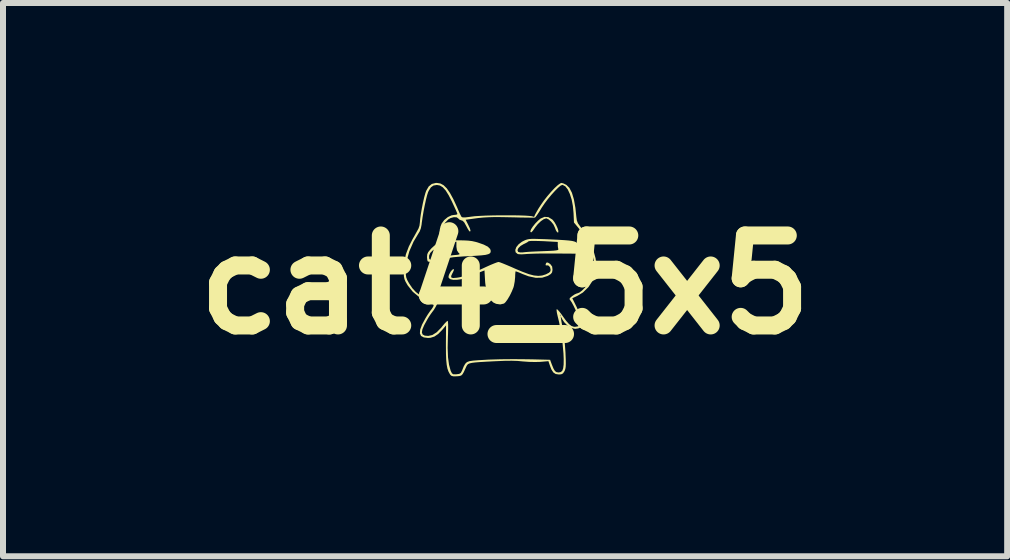
<source format=kicad_pcb>
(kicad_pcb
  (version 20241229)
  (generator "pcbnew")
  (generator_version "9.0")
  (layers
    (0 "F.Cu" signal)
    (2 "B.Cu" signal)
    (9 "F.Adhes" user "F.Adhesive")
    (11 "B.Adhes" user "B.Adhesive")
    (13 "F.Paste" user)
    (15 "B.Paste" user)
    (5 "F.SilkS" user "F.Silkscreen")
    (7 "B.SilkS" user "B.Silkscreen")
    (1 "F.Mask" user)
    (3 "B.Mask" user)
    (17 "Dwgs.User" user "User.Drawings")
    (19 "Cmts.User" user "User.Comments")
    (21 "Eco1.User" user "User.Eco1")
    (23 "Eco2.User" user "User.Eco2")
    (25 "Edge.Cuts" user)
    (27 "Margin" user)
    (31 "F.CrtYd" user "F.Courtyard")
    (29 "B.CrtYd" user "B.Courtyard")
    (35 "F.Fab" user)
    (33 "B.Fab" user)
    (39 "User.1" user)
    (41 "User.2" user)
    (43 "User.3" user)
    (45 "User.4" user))
  (footprint "cat4_5x5"
    (layer "F.Cu")
    (at 5.371 1.698)
    (property "Reference" "cat4_5x5" (at 0 0 0) (layer "F.SilkS") (effects (font (size 1.5 1.5) (thickness 0.3))))
    (attr board_only exclude_from_pos_files exclude_from_bom)
    (fp_poly (pts (xy 0.722 -1.128) (xy 0.786 -1.089) (xy 0.797 -1.079) (xy 0.824 -1.044) (xy 0.851 -0.997) (xy 0.874 -0.946) (xy 0.888 -0.902) (xy 0.888 -0.875) (xy 0.887 -0.873) (xy 0.87 -0.874) (xy 0.849 -0.906) (xy 0.829 -0.958) (xy 0.805 -1.007) (xy 0.767 -1.054) (xy 0.726 -1.09) (xy 0.689 -1.107) (xy 0.686 -1.107) (xy 0.646 -1.094) (xy 0.597 -1.06) (xy 0.546 -1.011) (xy 0.502 -0.956) (xy 0.499 -0.951) (xy 0.461 -0.897) (xy 0.436 -0.873) (xy 0.424 -0.88) (xy 0.422 -0.894) (xy 0.434 -0.926) (xy 0.464 -0.972) (xy 0.505 -1.023) (xy 0.551 -1.07) (xy 0.592 -1.104) (xy 0.658 -1.132)) (stroke (width 0) (type solid)) (fill yes) (layer "F.SilkS"))
    (fp_poly (pts (xy 0.573 -0.763) (xy 0.672 -0.76) (xy 0.76 -0.756) (xy 0.889 -0.75) (xy 0.988 -0.744) (xy 1.062 -0.738) (xy 1.116 -0.731) (xy 1.154 -0.722) (xy 1.179 -0.712) (xy 1.235 -0.668) (xy 1.262 -0.613) (xy 1.261 -0.56) (xy 1.251 -0.518) (xy 0.841 -0.521) (xy 0.72 -0.521) (xy 0.606 -0.521) (xy 0.504 -0.519) (xy 0.419 -0.516) (xy 0.359 -0.513) (xy 0.338 -0.511) (xy 0.275 -0.507) (xy 0.224 -0.51) (xy 0.207 -0.515) (xy 0.176 -0.542) (xy 0.171 -0.577) (xy 0.207 -0.577) (xy 0.217 -0.55) (xy 0.22 -0.548) (xy 0.253 -0.539) (xy 0.299 -0.54) (xy 0.304 -0.541) (xy 0.341 -0.545) (xy 0.405 -0.55) (xy 0.487 -0.554) (xy 0.581 -0.558) (xy 0.631 -0.56) (xy 0.732 -0.564) (xy 0.805 -0.568) (xy 0.852 -0.573) (xy 0.879 -0.579) (xy 0.889 -0.587) (xy 0.888 -0.595) (xy 0.881 -0.63) (xy 0.879 -0.667) (xy 0.879 -0.714) (xy 0.64 -0.727) (xy 0.549 -0.73) (xy 0.473 -0.731) (xy 0.419 -0.73) (xy 0.393 -0.725) (xy 0.391 -0.724) (xy 0.37 -0.708) (xy 0.33 -0.687) (xy 0.31 -0.678) (xy 0.258 -0.647) (xy 0.222 -0.611) (xy 0.207 -0.577) (xy 0.171 -0.577) (xy 0.171 -0.582) (xy 0.188 -0.628) (xy 0.226 -0.675) (xy 0.281 -0.717) (xy 0.318 -0.736) (xy 0.345 -0.748) (xy 0.372 -0.756) (xy 0.403 -0.762) (xy 0.443 -0.765) (xy 0.498 -0.765)) (stroke (width 0) (type solid)) (fill yes) (layer "F.SilkS"))
    (fp_poly (pts (xy -0.693 -0.74) (xy -0.615 -0.736) (xy -0.55 -0.728) (xy -0.487 -0.714) (xy -0.456 -0.705) (xy -0.356 -0.67) (xy -0.287 -0.635) (xy -0.249 -0.597) (xy -0.24 -0.571) (xy -0.24 -0.545) (xy -0.252 -0.525) (xy -0.28 -0.51) (xy -0.327 -0.498) (xy -0.398 -0.49) (xy -0.497 -0.483) (xy -0.563 -0.479) (xy -0.688 -0.473) (xy -0.786 -0.466) (xy -0.862 -0.459) (xy -0.922 -0.45) (xy -0.972 -0.439) (xy -1.019 -0.425) (xy -1.053 -0.412) (xy -1.111 -0.395) (xy -1.174 -0.384) (xy -1.233 -0.38) (xy -1.276 -0.385) (xy -1.29 -0.392) (xy -1.297 -0.414) (xy -1.301 -0.457) (xy -1.301 -0.465) (xy -1.267 -0.465) (xy -1.264 -0.431) (xy -1.247 -0.417) (xy -1.209 -0.414) (xy -1.159 -0.42) (xy -1.097 -0.437) (xy -1.061 -0.449) (xy -0.995 -0.47) (xy -0.914 -0.487) (xy -0.857 -0.494) (xy -0.797 -0.499) (xy -0.766 -0.505) (xy -0.757 -0.513) (xy -0.767 -0.526) (xy -0.777 -0.535) (xy -0.802 -0.574) (xy -0.811 -0.633) (xy -0.811 -0.643) (xy -0.811 -0.719) (xy -0.883 -0.709) (xy -0.965 -0.698) (xy -1.018 -0.689) (xy -1.049 -0.682) (xy -1.063 -0.675) (xy -1.065 -0.67) (xy -1.078 -0.655) (xy -1.112 -0.631) (xy -1.135 -0.617) (xy -1.205 -0.573) (xy -1.247 -0.531) (xy -1.266 -0.487) (xy -1.267 -0.465) (xy -1.301 -0.465) (xy -1.301 -0.467) (xy -1.297 -0.509) (xy -1.28 -0.546) (xy -1.245 -0.588) (xy -1.226 -0.609) (xy -1.172 -0.658) (xy -1.118 -0.693) (xy -1.056 -0.717) (xy -0.979 -0.731) (xy -0.881 -0.739) (xy -0.794 -0.741)) (stroke (width 0) (type solid)) (fill yes) (layer "F.SilkS"))
    (fp_poly (pts (xy -0.085 -0.374) (xy -0.035 -0.355) (xy 0.033 -0.327) (xy 0.113 -0.293) (xy 0.159 -0.272) (xy 0.289 -0.217) (xy 0.394 -0.178) (xy 0.481 -0.155) (xy 0.554 -0.148) (xy 0.618 -0.154) (xy 0.678 -0.173) (xy 0.683 -0.175) (xy 0.732 -0.2) (xy 0.755 -0.224) (xy 0.76 -0.25) (xy 0.751 -0.29) (xy 0.728 -0.318) (xy 0.701 -0.325) (xy 0.694 -0.322) (xy 0.678 -0.325) (xy 0.676 -0.336) (xy 0.686 -0.367) (xy 0.713 -0.371) (xy 0.75 -0.348) (xy 0.754 -0.345) (xy 0.785 -0.304) (xy 0.791 -0.254) (xy 0.791 -0.246) (xy 0.784 -0.207) (xy 0.764 -0.18) (xy 0.723 -0.154) (xy 0.71 -0.147) (xy 0.619 -0.118) (xy 0.512 -0.116) (xy 0.393 -0.141) (xy 0.295 -0.178) (xy 0.239 -0.202) (xy 0.197 -0.218) (xy 0.176 -0.224) (xy 0.175 -0.223) (xy 0.172 -0.205) (xy 0.169 -0.163) (xy 0.168 -0.126) (xy 0.161 -0.055) (xy 0.148 0.016) (xy 0.141 0.042) (xy 0.114 0.109) (xy 0.08 0.179) (xy 0.043 0.242) (xy 0.008 0.29) (xy -0.017 0.313) (xy -0.08 0.328) (xy -0.149 0.318) (xy -0.195 0.296) (xy -0.249 0.248) (xy -0.289 0.179) (xy -0.315 0.087) (xy -0.331 -0.034) (xy -0.333 -0.064) (xy -0.343 -0.239) (xy -0.446 -0.199) (xy -0.505 -0.176) (xy -0.556 -0.156) (xy -0.583 -0.145) (xy -0.624 -0.128) (xy -0.664 -0.112) (xy -0.729 -0.093) (xy -0.799 -0.083) (xy -0.863 -0.082) (xy -0.91 -0.092) (xy -0.92 -0.098) (xy -0.941 -0.118) (xy -0.942 -0.143) (xy -0.931 -0.175) (xy -0.907 -0.219) (xy -0.88 -0.251) (xy -0.858 -0.261) (xy -0.852 -0.258) (xy -0.855 -0.24) (xy -0.871 -0.204) (xy -0.879 -0.19) (xy -0.899 -0.146) (xy -0.896 -0.121) (xy -0.867 -0.112) (xy -0.808 -0.117) (xy -0.799 -0.118) (xy -0.751 -0.126) (xy -0.708 -0.138) (xy -0.658 -0.156) (xy -0.591 -0.184) (xy -0.58 -0.188) (xy -0.541 -0.204) (xy -0.515 -0.211) (xy -0.514 -0.211) (xy -0.495 -0.218) (xy -0.451 -0.236) (xy -0.39 -0.263) (xy -0.319 -0.296) (xy -0.246 -0.329) (xy -0.181 -0.356) (xy -0.133 -0.374) (xy -0.109 -0.38)) (stroke (width 0) (type solid)) (fill yes) (layer "F.SilkS"))
    (fp_poly (pts (xy 0.972 -1.69) (xy 1.015 -1.669) (xy 1.024 -1.664) (xy 1.073 -1.615) (xy 1.115 -1.534) (xy 1.148 -1.423) (xy 1.173 -1.282) (xy 1.189 -1.129) (xy 1.197 -1.072) (xy 1.215 -1.025) (xy 1.252 -0.973) (xy 1.262 -0.96) (xy 1.334 -0.869) (xy 1.387 -0.786) (xy 1.429 -0.699) (xy 1.468 -0.592) (xy 1.469 -0.589) (xy 1.509 -0.443) (xy 1.524 -0.315) (xy 1.513 -0.202) (xy 1.477 -0.097) (xy 1.469 -0.082) (xy 1.391 0.038) (xy 1.298 0.129) (xy 1.208 0.184) (xy 1.121 0.225) (xy 1.196 0.376) (xy 1.245 0.487) (xy 1.274 0.579) (xy 1.283 0.65) (xy 1.271 0.698) (xy 1.258 0.712) (xy 1.22 0.728) (xy 1.17 0.735) (xy 1.166 0.735) (xy 1.105 0.72) (xy 1.042 0.681) (xy 0.985 0.623) (xy 0.954 0.575) (xy 0.927 0.524) (xy 0.938 0.6) (xy 0.948 0.657) (xy 0.961 0.73) (xy 0.973 0.794) (xy 0.983 0.857) (xy 0.993 0.943) (xy 1.001 1.04) (xy 1.008 1.14) (xy 1.008 1.149) (xy 1.012 1.247) (xy 1.013 1.318) (xy 1.011 1.368) (xy 1.005 1.404) (xy 0.995 1.432) (xy 0.991 1.441) (xy 0.966 1.478) (xy 0.936 1.493) (xy 0.898 1.496) (xy 0.844 1.488) (xy 0.805 1.462) (xy 0.772 1.411) (xy 0.75 1.354) (xy 0.723 1.274) (xy 0.585 1.286) (xy 0.5 1.288) (xy 0.401 1.286) (xy 0.306 1.279) (xy 0.292 1.278) (xy 0.209 1.27) (xy 0.113 1.267) (xy -0.002 1.268) (xy -0.143 1.274) (xy -0.189 1.276) (xy -0.32 1.283) (xy -0.421 1.289) (xy -0.497 1.295) (xy -0.552 1.302) (xy -0.59 1.311) (xy -0.615 1.322) (xy -0.632 1.338) (xy -0.644 1.359) (xy -0.656 1.386) (xy -0.658 1.39) (xy -0.687 1.454) (xy -0.709 1.492) (xy -0.731 1.513) (xy -0.76 1.522) (xy -0.804 1.526) (xy -0.808 1.526) (xy -0.861 1.527) (xy -0.893 1.519) (xy -0.914 1.5) (xy -0.919 1.492) (xy -0.943 1.448) (xy -0.961 1.397) (xy -0.973 1.334) (xy -0.981 1.253) (xy -0.985 1.15) (xy -0.986 1.019) (xy -0.986 0.989) (xy -0.984 0.677) (xy -1.045 0.749) (xy -1.114 0.82) (xy -1.177 0.863) (xy -1.242 0.884) (xy -1.284 0.887) (xy -1.355 0.878) (xy -1.401 0.853) (xy -1.42 0.81) (xy -1.415 0.747) (xy -1.384 0.664) (xy -1.328 0.56) (xy -1.327 0.558) (xy -1.289 0.496) (xy -1.247 0.435) (xy -1.227 0.41) (xy -1.199 0.368) (xy -1.19 0.339) (xy -1.193 0.333) (xy -1.216 0.319) (xy -1.259 0.298) (xy -1.301 0.279) (xy -1.428 0.208) (xy -1.538 0.117) (xy -1.623 0.011) (xy -1.629 0.000384) (xy -1.659 -0.051) (xy -1.677 -0.093) (xy -1.686 -0.137) (xy -1.69 -0.194) (xy -1.69 -0.246) (xy -1.656 -0.246) (xy -1.655 -0.176) (xy -1.648 -0.125) (xy -1.632 -0.081) (xy -1.604 -0.03) (xy -1.599 -0.022) (xy -1.546 0.057) (xy -1.487 0.121) (xy -1.414 0.177) (xy -1.32 0.231) (xy -1.281 0.25) (xy -1.133 0.322) (xy -1.159 0.372) (xy -1.187 0.419) (xy -1.215 0.456) (xy -1.24 0.49) (xy -1.273 0.54) (xy -1.294 0.575) (xy -1.347 0.671) (xy -1.378 0.743) (xy -1.387 0.795) (xy -1.374 0.829) (xy -1.339 0.848) (xy -1.282 0.853) (xy -1.281 0.853) (xy -1.212 0.838) (xy -1.141 0.793) (xy -1.064 0.715) (xy -1.047 0.693) (xy -1.008 0.647) (xy -0.976 0.614) (xy -0.957 0.6) (xy -0.957 0.6) (xy -0.952 0.616) (xy -0.949 0.662) (xy -0.949 0.732) (xy -0.951 0.823) (xy -0.953 0.866) (xy -0.957 1.053) (xy -0.951 1.209) (xy -0.934 1.334) (xy -0.908 1.43) (xy -0.905 1.438) (xy -0.886 1.476) (xy -0.864 1.492) (xy -0.826 1.493) (xy -0.809 1.492) (xy -0.764 1.486) (xy -0.738 1.47) (xy -0.718 1.433) (xy -0.712 1.418) (xy -0.687 1.357) (xy -0.663 1.316) (xy -0.635 1.289) (xy -0.594 1.274) (xy -0.534 1.265) (xy -0.448 1.258) (xy -0.447 1.258) (xy -0.274 1.248) (xy -0.075 1.242) (xy 0.142 1.24) (xy 0.369 1.242) (xy 0.481 1.244) (xy 0.751 1.251) (xy 0.782 1.335) (xy 0.809 1.4) (xy 0.832 1.438) (xy 0.858 1.457) (xy 0.893 1.462) (xy 0.896 1.462) (xy 0.93 1.455) (xy 0.954 1.434) (xy 0.969 1.393) (xy 0.977 1.33) (xy 0.978 1.24) (xy 0.974 1.144) (xy 0.95 0.882) (xy 0.902 0.627) (xy 0.878 0.528) (xy 0.873 0.507) (xy 0.913 0.507) (xy 0.921 0.515) (xy 0.929 0.507) (xy 0.921 0.499) (xy 0.913 0.507) (xy 0.873 0.507) (xy 0.865 0.471) (xy 0.859 0.427) (xy 0.861 0.406) (xy 0.861 0.406) (xy 0.876 0.415) (xy 0.905 0.447) (xy 0.942 0.495) (xy 0.962 0.524) (xy 1.019 0.602) (xy 1.066 0.655) (xy 1.106 0.686) (xy 1.145 0.7) (xy 1.166 0.701) (xy 1.218 0.693) (xy 1.244 0.668) (xy 1.247 0.619) (xy 1.245 0.607) (xy 1.232 0.56) (xy 1.208 0.495) (xy 1.177 0.423) (xy 1.143 0.352) (xy 1.112 0.294) (xy 1.088 0.259) (xy 1.075 0.24) (xy 1.081 0.221) (xy 1.11 0.196) (xy 1.12 0.188) (xy 1.162 0.16) (xy 1.196 0.145) (xy 1.203 0.144) (xy 1.239 0.13) (xy 1.285 0.095) (xy 1.336 0.043) (xy 1.385 -0.017) (xy 1.426 -0.08) (xy 1.433 -0.093) (xy 1.471 -0.185) (xy 1.488 -0.278) (xy 1.484 -0.38) (xy 1.459 -0.496) (xy 1.436 -0.572) (xy 1.401 -0.669) (xy 1.367 -0.746) (xy 1.327 -0.815) (xy 1.274 -0.887) (xy 1.23 -0.94) (xy 1.149 -1.038) (xy 1.142 -1.195) (xy 1.131 -1.313) (xy 1.11 -1.422) (xy 1.08 -1.515) (xy 1.045 -1.59) (xy 1.005 -1.641) (xy 0.962 -1.664) (xy 0.953 -1.665) (xy 0.925 -1.652) (xy 0.883 -1.616) (xy 0.831 -1.564) (xy 0.773 -1.5) (xy 0.714 -1.429) (xy 0.659 -1.356) (xy 0.613 -1.288) (xy 0.608 -1.28) (xy 0.569 -1.216) (xy 0.534 -1.164) (xy 0.509 -1.13) (xy 0.499 -1.12) (xy 0.477 -1.119) (xy 0.428 -1.119) (xy 0.354 -1.12) (xy 0.262 -1.121) (xy 0.156 -1.124) (xy 0.101 -1.125) (xy -0.048 -1.128) (xy -0.171 -1.129) (xy -0.273 -1.126) (xy -0.362 -1.121) (xy -0.445 -1.113) (xy -0.468 -1.11) (xy -0.657 -1.084) (xy -0.616 -1.003) (xy -0.587 -0.941) (xy -0.576 -0.904) (xy -0.582 -0.888) (xy -0.588 -0.887) (xy -0.602 -0.901) (xy -0.625 -0.938) (xy -0.647 -0.98) (xy -0.68 -1.039) (xy -0.709 -1.068) (xy -0.726 -1.073) (xy -0.761 -1.086) (xy -0.775 -1.101) (xy -0.805 -1.124) (xy -0.853 -1.127) (xy -0.908 -1.112) (xy -0.946 -1.09) (xy -0.996 -1.039) (xy -1.037 -0.969) (xy -1.061 -0.896) (xy -1.064 -0.866) (xy -1.07 -0.832) (xy -1.083 -0.82) (xy -1.093 -0.834) (xy -1.094 -0.871) (xy -1.088 -0.921) (xy -1.076 -0.973) (xy -1.058 -1.019) (xy -1.058 -1.02) (xy -1.014 -1.079) (xy -0.955 -1.128) (xy -0.891 -1.158) (xy -0.852 -1.164) (xy -0.813 -1.168) (xy -0.795 -1.178) (xy -0.794 -1.179) (xy -0.801 -1.199) (xy -0.82 -1.244) (xy -0.848 -1.305) (xy -0.882 -1.378) (xy -0.884 -1.383) (xy -0.94 -1.492) (xy -0.99 -1.572) (xy -1.038 -1.625) (xy -1.086 -1.655) (xy -1.136 -1.664) (xy -1.138 -1.664) (xy -1.193 -1.655) (xy -1.236 -1.625) (xy -1.272 -1.568) (xy -1.283 -1.545) (xy -1.299 -1.496) (xy -1.318 -1.422) (xy -1.338 -1.33) (xy -1.358 -1.229) (xy -1.375 -1.127) (xy -1.389 -1.03) (xy -1.392 -1.001) (xy -1.404 -0.941) (xy -1.424 -0.888) (xy -1.433 -0.874) (xy -1.526 -0.718) (xy -1.596 -0.558) (xy -1.64 -0.4) (xy -1.656 -0.251) (xy -1.656 -0.246) (xy -1.69 -0.246) (xy -1.69 -0.247) (xy -1.681 -0.381) (xy -1.653 -0.509) (xy -1.604 -0.639) (xy -1.543 -0.759) (xy -1.506 -0.824) (xy -1.473 -0.884) (xy -1.449 -0.927) (xy -1.443 -0.938) (xy -1.427 -0.985) (xy -1.42 -1.039) (xy -1.42 -1.04) (xy -1.415 -1.098) (xy -1.404 -1.178) (xy -1.388 -1.271) (xy -1.369 -1.366) (xy -1.349 -1.455) (xy -1.329 -1.527) (xy -1.315 -1.567) (xy -1.273 -1.639) (xy -1.221 -1.681) (xy -1.154 -1.698) (xy -1.137 -1.698) (xy -1.079 -1.689) (xy -1.025 -1.66) (xy -0.972 -1.608) (xy -0.918 -1.53) (xy -0.861 -1.425) (xy -0.799 -1.29) (xy -0.786 -1.259) (xy -0.761 -1.201) (xy -0.739 -1.156) (xy -0.725 -1.131) (xy -0.725 -1.131) (xy -0.705 -1.123) (xy -0.662 -1.123) (xy -0.591 -1.132) (xy -0.562 -1.136) (xy -0.505 -1.143) (xy -0.424 -1.148) (xy -0.326 -1.153) (xy -0.215 -1.156) (xy -0.098 -1.158) (xy 0.021 -1.158) (xy 0.135 -1.158) (xy 0.241 -1.156) (xy 0.332 -1.153) (xy 0.402 -1.148) (xy 0.448 -1.143) (xy 0.46 -1.139) (xy 0.484 -1.132) (xy 0.49 -1.145) (xy 0.499 -1.167) (xy 0.523 -1.211) (xy 0.557 -1.27) (xy 0.594 -1.327) (xy 0.646 -1.402) (xy 0.705 -1.477) (xy 0.767 -1.549) (xy 0.826 -1.612) (xy 0.879 -1.661) (xy 0.921 -1.691) (xy 0.942 -1.698)) (stroke (width 0) (type solid)) (fill yes) (layer "F.SilkS")))
  (gr_rect
    (start -3 -3)
    (end 13.743 6.225)
    (stroke (width 0.1) (type default))
    (fill no)
    (layer "Edge.Cuts")))
</source>
